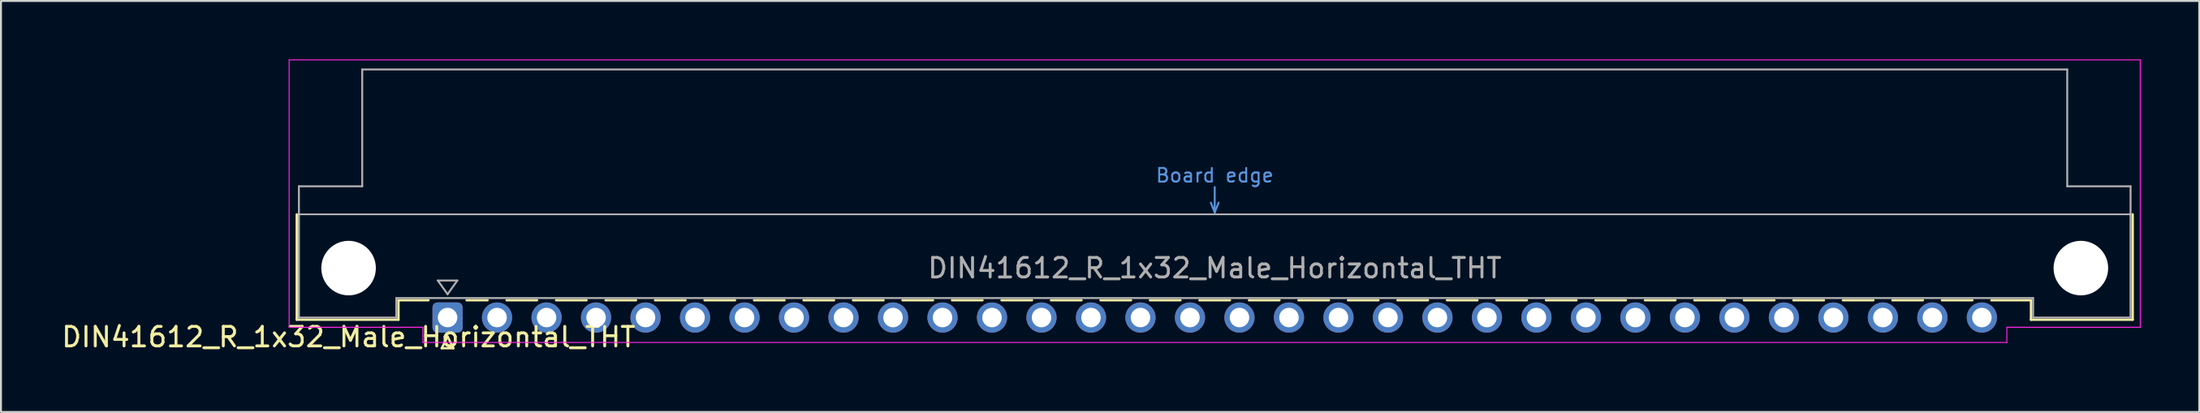
<source format=kicad_pcb>
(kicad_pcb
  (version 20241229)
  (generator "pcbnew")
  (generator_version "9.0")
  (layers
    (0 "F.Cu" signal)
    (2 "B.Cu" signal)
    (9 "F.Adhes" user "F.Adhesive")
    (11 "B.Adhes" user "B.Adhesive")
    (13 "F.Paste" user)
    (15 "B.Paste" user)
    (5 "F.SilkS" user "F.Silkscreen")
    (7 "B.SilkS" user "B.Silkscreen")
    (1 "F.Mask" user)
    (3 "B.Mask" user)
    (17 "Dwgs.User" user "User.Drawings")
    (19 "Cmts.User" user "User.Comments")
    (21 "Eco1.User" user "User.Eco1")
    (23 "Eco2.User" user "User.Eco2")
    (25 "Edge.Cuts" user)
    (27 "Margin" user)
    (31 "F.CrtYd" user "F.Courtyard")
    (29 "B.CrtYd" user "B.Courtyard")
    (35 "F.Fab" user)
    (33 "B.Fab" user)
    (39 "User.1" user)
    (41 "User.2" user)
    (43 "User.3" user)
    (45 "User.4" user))
  (footprint "DIN41612_R_1x32_Male_Horizontal_THT"
    (layer "F.Cu")
    (at 19.919 13.255)
    (property "Reference" "DIN41612_R_1x32_Male_Horizontal_THT" (at -5.08 1 0) (layer "F.SilkS") (effects (font (size 1 1) (thickness 0.15))))
    (attr through_hole)
    (fp_line (start -7.74 -5.3) (end -7.74 0.11) (stroke (width 0.12) (type solid)) (layer "F.SilkS"))
    (fp_line (start -7.74 0.11) (end -2.52 0.11) (stroke (width 0.12) (type solid)) (layer "F.SilkS"))
    (fp_line (start -2.521 -0.89) (end -0.976 -0.89) (stroke (width 0.12) (type solid)) (layer "F.SilkS"))
    (fp_line (start -2.52 0.11) (end -2.52 -0.89) (stroke (width 0.12) (type solid)) (layer "F.SilkS"))
    (fp_line (start -0.3 1.575) (end 0.3 1.575) (stroke (width 0.12) (type solid)) (layer "F.SilkS"))
    (fp_line (start 0 0.975) (end -0.3 1.575) (stroke (width 0.12) (type solid)) (layer "F.SilkS"))
    (fp_line (start 0.3 1.575) (end 0 0.975) (stroke (width 0.12) (type solid)) (layer "F.SilkS"))
    (fp_line (start 0.976 -0.89) (end 2.053 -0.89) (stroke (width 0.12) (type solid)) (layer "F.SilkS"))
    (fp_line (start 3.028 -0.89) (end 4.593 -0.89) (stroke (width 0.12) (type solid)) (layer "F.SilkS"))
    (fp_line (start 5.568 -0.89) (end 7.133 -0.89) (stroke (width 0.12) (type solid)) (layer "F.SilkS"))
    (fp_line (start 8.108 -0.89) (end 9.673 -0.89) (stroke (width 0.12) (type solid)) (layer "F.SilkS"))
    (fp_line (start 10.648 -0.89) (end 12.213 -0.89) (stroke (width 0.12) (type solid)) (layer "F.SilkS"))
    (fp_line (start 13.188 -0.89) (end 14.753 -0.89) (stroke (width 0.12) (type solid)) (layer "F.SilkS"))
    (fp_line (start 15.728 -0.89) (end 17.293 -0.89) (stroke (width 0.12) (type solid)) (layer "F.SilkS"))
    (fp_line (start 18.268 -0.89) (end 19.833 -0.89) (stroke (width 0.12) (type solid)) (layer "F.SilkS"))
    (fp_line (start 20.808 -0.89) (end 22.373 -0.89) (stroke (width 0.12) (type solid)) (layer "F.SilkS"))
    (fp_line (start 23.348 -0.89) (end 24.913 -0.89) (stroke (width 0.12) (type solid)) (layer "F.SilkS"))
    (fp_line (start 25.888 -0.89) (end 27.453 -0.89) (stroke (width 0.12) (type solid)) (layer "F.SilkS"))
    (fp_line (start 28.428 -0.89) (end 29.993 -0.89) (stroke (width 0.12) (type solid)) (layer "F.SilkS"))
    (fp_line (start 30.968 -0.89) (end 32.533 -0.89) (stroke (width 0.12) (type solid)) (layer "F.SilkS"))
    (fp_line (start 33.508 -0.89) (end 35.073 -0.89) (stroke (width 0.12) (type solid)) (layer "F.SilkS"))
    (fp_line (start 36.048 -0.89) (end 37.613 -0.89) (stroke (width 0.12) (type solid)) (layer "F.SilkS"))
    (fp_line (start 38.588 -0.89) (end 40.153 -0.89) (stroke (width 0.12) (type solid)) (layer "F.SilkS"))
    (fp_line (start 41.128 -0.89) (end 42.693 -0.89) (stroke (width 0.12) (type solid)) (layer "F.SilkS"))
    (fp_line (start 43.668 -0.89) (end 45.233 -0.89) (stroke (width 0.12) (type solid)) (layer "F.SilkS"))
    (fp_line (start 46.208 -0.89) (end 47.773 -0.89) (stroke (width 0.12) (type solid)) (layer "F.SilkS"))
    (fp_line (start 48.748 -0.89) (end 50.313 -0.89) (stroke (width 0.12) (type solid)) (layer "F.SilkS"))
    (fp_line (start 51.288 -0.89) (end 52.853 -0.89) (stroke (width 0.12) (type solid)) (layer "F.SilkS"))
    (fp_line (start 53.828 -0.89) (end 55.393 -0.89) (stroke (width 0.12) (type solid)) (layer "F.SilkS"))
    (fp_line (start 56.368 -0.89) (end 57.933 -0.89) (stroke (width 0.12) (type solid)) (layer "F.SilkS"))
    (fp_line (start 58.908 -0.89) (end 60.473 -0.89) (stroke (width 0.12) (type solid)) (layer "F.SilkS"))
    (fp_line (start 61.448 -0.89) (end 63.013 -0.89) (stroke (width 0.12) (type solid)) (layer "F.SilkS"))
    (fp_line (start 63.988 -0.89) (end 65.553 -0.89) (stroke (width 0.12) (type solid)) (layer "F.SilkS"))
    (fp_line (start 66.528 -0.89) (end 68.093 -0.89) (stroke (width 0.12) (type solid)) (layer "F.SilkS"))
    (fp_line (start 69.068 -0.89) (end 70.633 -0.89) (stroke (width 0.12) (type solid)) (layer "F.SilkS"))
    (fp_line (start 71.608 -0.89) (end 73.173 -0.89) (stroke (width 0.12) (type solid)) (layer "F.SilkS"))
    (fp_line (start 74.148 -0.89) (end 75.713 -0.89) (stroke (width 0.12) (type solid)) (layer "F.SilkS"))
    (fp_line (start 76.688 -0.89) (end 78.253 -0.89) (stroke (width 0.12) (type solid)) (layer "F.SilkS"))
    (fp_line (start 79.228 -0.89) (end 81.26 -0.89) (stroke (width 0.12) (type solid)) (layer "F.SilkS"))
    (fp_line (start 81.26 0.11) (end 81.26 -0.89) (stroke (width 0.12) (type solid)) (layer "F.SilkS"))
    (fp_line (start 86.48 -5.3) (end 86.48 0.11) (stroke (width 0.12) (type solid)) (layer "F.SilkS"))
    (fp_line (start 86.48 0.11) (end 81.26 0.11) (stroke (width 0.12) (type solid)) (layer "F.SilkS"))
    (fp_line (start -7.63 -5.3) (end 86.37 -5.3) (stroke (width 0.08) (type solid)) (layer "Dwgs.User"))
    (fp_line (start 39.17 -5.9) (end 39.37 -5.4) (stroke (width 0.1) (type solid)) (layer "Cmts.User"))
    (fp_line (start 39.37 -5.4) (end 39.37 -6.7) (stroke (width 0.1) (type solid)) (layer "Cmts.User"))
    (fp_line (start 39.37 -5.4) (end 39.57 -5.9) (stroke (width 0.1) (type solid)) (layer "Cmts.User"))
    (fp_line (start -8.13 -13.23) (end -8.13 0.5) (stroke (width 0.05) (type solid)) (layer "F.CrtYd"))
    (fp_line (start -8.13 0.5) (end -1.27 0.5) (stroke (width 0.05) (type solid)) (layer "F.CrtYd"))
    (fp_line (start -1.27 0.5) (end -1.27 1.28) (stroke (width 0.05) (type solid)) (layer "F.CrtYd"))
    (fp_line (start -1.27 1.28) (end 80.02 1.28) (stroke (width 0.05) (type solid)) (layer "F.CrtYd"))
    (fp_line (start 80.02 0.5) (end 86.87 0.5) (stroke (width 0.05) (type solid)) (layer "F.CrtYd"))
    (fp_line (start 80.02 1.28) (end 80.02 0.5) (stroke (width 0.05) (type solid)) (layer "F.CrtYd"))
    (fp_line (start 86.87 -13.23) (end -8.13 -13.23) (stroke (width 0.05) (type solid)) (layer "F.CrtYd"))
    (fp_line (start 86.87 0.5) (end 86.87 -13.23) (stroke (width 0.05) (type solid)) (layer "F.CrtYd"))
    (fp_line (start -7.63 -6.74) (end -7.63 0) (stroke (width 0.1) (type solid)) (layer "F.Fab"))
    (fp_line (start -7.63 0) (end -2.63 0) (stroke (width 0.1) (type solid)) (layer "F.Fab"))
    (fp_line (start -4.38 -12.74) (end -4.38 -6.74) (stroke (width 0.1) (type solid)) (layer "F.Fab"))
    (fp_line (start -4.38 -6.74) (end -7.63 -6.74) (stroke (width 0.1) (type solid)) (layer "F.Fab"))
    (fp_line (start -2.63 -1) (end 81.37 -1) (stroke (width 0.1) (type solid)) (layer "F.Fab"))
    (fp_line (start -2.63 0) (end -2.63 -1) (stroke (width 0.1) (type solid)) (layer "F.Fab"))
    (fp_line (start -0.5 -1.9) (end 0.5 -1.9) (stroke (width 0.1) (type solid)) (layer "F.Fab"))
    (fp_line (start 0 -1.2) (end -0.5 -1.9) (stroke (width 0.1) (type solid)) (layer "F.Fab"))
    (fp_line (start 0.5 -1.9) (end 0 -1.2) (stroke (width 0.1) (type solid)) (layer "F.Fab"))
    (fp_line (start 81.37 -1) (end 81.37 0) (stroke (width 0.1) (type solid)) (layer "F.Fab"))
    (fp_line (start 81.37 0) (end 86.37 0) (stroke (width 0.1) (type solid)) (layer "F.Fab"))
    (fp_line (start 83.12 -12.74) (end -4.38 -12.74) (stroke (width 0.1) (type solid)) (layer "F.Fab"))
    (fp_line (start 83.12 -6.74) (end 83.12 -12.74) (stroke (width 0.1) (type solid)) (layer "F.Fab"))
    (fp_line (start 86.37 -6.74) (end 83.12 -6.74) (stroke (width 0.1) (type solid)) (layer "F.Fab"))
    (fp_line (start 86.37 0) (end 86.37 -6.74) (stroke (width 0.1) (type solid)) (layer "F.Fab"))
    (fp_text user "Board edge" (at 39.37 -7.3 0) (layer "Cmts.User") (effects (font (size 0.7 0.7) (thickness 0.1))))
    (fp_text user "${REFERENCE}" (at 39.37 -2.54 0) (layer "F.Fab") (effects (font (size 1 1) (thickness 0.15))))
    (pad "" np_thru_hole circle (at -5.08 -2.54) (size 2.8 2.8) (drill 2.8) (layers "*.Cu" "*.Mask"))
    (pad "" np_thru_hole circle (at 83.82 -2.54) (size 2.8 2.8) (drill 2.8) (layers "*.Cu" "*.Mask"))
    (pad "a0" thru_hole roundrect (at 0 0) (size 1.55 1.55) (drill 1) (layers "*.Cu" "*.Mask") (roundrect_rratio 0.161))
    (pad "a1" thru_hole circle (at 2.54 0) (size 1.55 1.55) (drill 1) (layers "*.Cu" "*.Mask"))
    (pad "a2" thru_hole circle (at 5.08 0) (size 1.55 1.55) (drill 1) (layers "*.Cu" "*.Mask"))
    (pad "a3" thru_hole circle (at 7.62 0) (size 1.55 1.55) (drill 1) (layers "*.Cu" "*.Mask"))
    (pad "a4" thru_hole circle (at 10.16 0) (size 1.55 1.55) (drill 1) (layers "*.Cu" "*.Mask"))
    (pad "a5" thru_hole circle (at 12.7 0) (size 1.55 1.55) (drill 1) (layers "*.Cu" "*.Mask"))
    (pad "a6" thru_hole circle (at 15.24 0) (size 1.55 1.55) (drill 1) (layers "*.Cu" "*.Mask"))
    (pad "a7" thru_hole circle (at 17.78 0) (size 1.55 1.55) (drill 1) (layers "*.Cu" "*.Mask"))
    (pad "a8" thru_hole circle (at 20.32 0) (size 1.55 1.55) (drill 1) (layers "*.Cu" "*.Mask"))
    (pad "a9" thru_hole circle (at 22.86 0) (size 1.55 1.55) (drill 1) (layers "*.Cu" "*.Mask"))
    (pad "a10" thru_hole circle (at 25.4 0) (size 1.55 1.55) (drill 1) (layers "*.Cu" "*.Mask"))
    (pad "a11" thru_hole circle (at 27.94 0) (size 1.55 1.55) (drill 1) (layers "*.Cu" "*.Mask"))
    (pad "a12" thru_hole circle (at 30.48 0) (size 1.55 1.55) (drill 1) (layers "*.Cu" "*.Mask"))
    (pad "a13" thru_hole circle (at 33.02 0) (size 1.55 1.55) (drill 1) (layers "*.Cu" "*.Mask"))
    (pad "a14" thru_hole circle (at 35.56 0) (size 1.55 1.55) (drill 1) (layers "*.Cu" "*.Mask"))
    (pad "a15" thru_hole circle (at 38.1 0) (size 1.55 1.55) (drill 1) (layers "*.Cu" "*.Mask"))
    (pad "a16" thru_hole circle (at 40.64 0) (size 1.55 1.55) (drill 1) (layers "*.Cu" "*.Mask"))
    (pad "a17" thru_hole circle (at 43.18 0) (size 1.55 1.55) (drill 1) (layers "*.Cu" "*.Mask"))
    (pad "a18" thru_hole circle (at 45.72 0) (size 1.55 1.55) (drill 1) (layers "*.Cu" "*.Mask"))
    (pad "a19" thru_hole circle (at 48.26 0) (size 1.55 1.55) (drill 1) (layers "*.Cu" "*.Mask"))
    (pad "a20" thru_hole circle (at 50.8 0) (size 1.55 1.55) (drill 1) (layers "*.Cu" "*.Mask"))
    (pad "a21" thru_hole circle (at 53.34 0) (size 1.55 1.55) (drill 1) (layers "*.Cu" "*.Mask"))
    (pad "a22" thru_hole circle (at 55.88 0) (size 1.55 1.55) (drill 1) (layers "*.Cu" "*.Mask"))
    (pad "a23" thru_hole circle (at 58.42 0) (size 1.55 1.55) (drill 1) (layers "*.Cu" "*.Mask"))
    (pad "a24" thru_hole circle (at 60.96 0) (size 1.55 1.55) (drill 1) (layers "*.Cu" "*.Mask"))
    (pad "a25" thru_hole circle (at 63.5 0) (size 1.55 1.55) (drill 1) (layers "*.Cu" "*.Mask"))
    (pad "a26" thru_hole circle (at 66.04 0) (size 1.55 1.55) (drill 1) (layers "*.Cu" "*.Mask"))
    (pad "a27" thru_hole circle (at 68.58 0) (size 1.55 1.55) (drill 1) (layers "*.Cu" "*.Mask"))
    (pad "a28" thru_hole circle (at 71.12 0) (size 1.55 1.55) (drill 1) (layers "*.Cu" "*.Mask"))
    (pad "a29" thru_hole circle (at 73.66 0) (size 1.55 1.55) (drill 1) (layers "*.Cu" "*.Mask"))
    (pad "a30" thru_hole circle (at 76.2 0) (size 1.55 1.55) (drill 1) (layers "*.Cu" "*.Mask"))
    (pad "a31" thru_hole circle (at 78.74 0) (size 1.55 1.55) (drill 1) (layers "*.Cu" "*.Mask")))
  (gr_rect
    (start -3 -3)
    (end 109.814 18.103)
    (stroke (width 0.1) (type default))
    (fill no)
    (layer "Edge.Cuts")))
</source>
